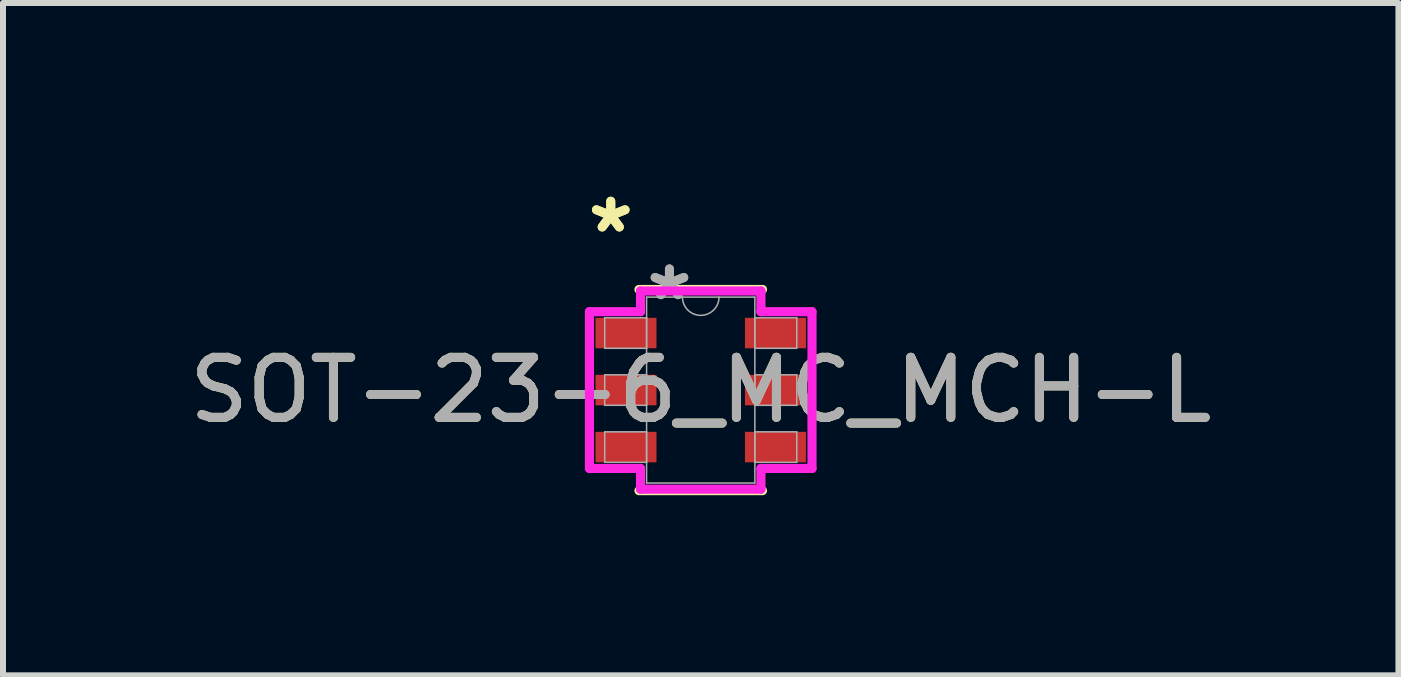
<source format=kicad_pcb>
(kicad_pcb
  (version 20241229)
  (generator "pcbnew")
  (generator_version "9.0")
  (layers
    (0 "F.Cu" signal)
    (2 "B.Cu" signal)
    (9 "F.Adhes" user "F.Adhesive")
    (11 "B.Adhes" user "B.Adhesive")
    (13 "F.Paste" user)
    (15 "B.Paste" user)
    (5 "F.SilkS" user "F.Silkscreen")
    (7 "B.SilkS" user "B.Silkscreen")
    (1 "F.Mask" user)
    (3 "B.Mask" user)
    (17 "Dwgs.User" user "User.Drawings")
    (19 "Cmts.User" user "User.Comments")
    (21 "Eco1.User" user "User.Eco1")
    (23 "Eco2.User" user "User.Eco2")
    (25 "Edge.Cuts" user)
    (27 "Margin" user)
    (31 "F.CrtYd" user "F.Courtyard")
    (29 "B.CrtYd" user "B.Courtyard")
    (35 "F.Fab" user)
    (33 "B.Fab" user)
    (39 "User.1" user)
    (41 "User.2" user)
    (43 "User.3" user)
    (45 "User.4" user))
  (footprint "SOT-23-6_MC_MCH-L"
    (layer "F.Cu")
    (at 8.625 3.449)
    (property "Reference" "SOT-23-6_MC_MCH-L" (at 0 0 0) (unlocked yes) (layer "F.SilkS") (effects (font (size 1 1) (thickness 0.15))))
    (attr smd)
    (fp_line (start -1.029 1.676) (end 1.029 1.676) (stroke (width 0.152) (type solid)) (layer "F.SilkS"))
    (fp_line (start 1.029 -1.676) (end -1.029 -1.676) (stroke (width 0.152) (type solid)) (layer "F.SilkS"))
    (fp_line (start -1.854 -1.306) (end -1.003 -1.306) (stroke (width 0.152) (type solid)) (layer "F.CrtYd"))
    (fp_line (start -1.854 1.306) (end -1.854 -1.306) (stroke (width 0.152) (type solid)) (layer "F.CrtYd"))
    (fp_line (start -1.854 1.306) (end -1.003 1.306) (stroke (width 0.152) (type solid)) (layer "F.CrtYd"))
    (fp_line (start -1.003 -1.651) (end 1.003 -1.651) (stroke (width 0.152) (type solid)) (layer "F.CrtYd"))
    (fp_line (start -1.003 -1.306) (end -1.003 -1.651) (stroke (width 0.152) (type solid)) (layer "F.CrtYd"))
    (fp_line (start -1.003 1.651) (end -1.003 1.306) (stroke (width 0.152) (type solid)) (layer "F.CrtYd"))
    (fp_line (start 1.003 -1.651) (end 1.003 -1.306) (stroke (width 0.152) (type solid)) (layer "F.CrtYd"))
    (fp_line (start 1.003 1.306) (end 1.003 1.651) (stroke (width 0.152) (type solid)) (layer "F.CrtYd"))
    (fp_line (start 1.003 1.651) (end -1.003 1.651) (stroke (width 0.152) (type solid)) (layer "F.CrtYd"))
    (fp_line (start 1.854 -1.306) (end 1.003 -1.306) (stroke (width 0.152) (type solid)) (layer "F.CrtYd"))
    (fp_line (start 1.854 -1.306) (end 1.854 1.306) (stroke (width 0.152) (type solid)) (layer "F.CrtYd"))
    (fp_line (start 1.854 1.306) (end 1.003 1.306) (stroke (width 0.152) (type solid)) (layer "F.CrtYd"))
    (fp_line (start -1.6 -1.204) (end -1.6 -0.696) (stroke (width 0.025) (type solid)) (layer "F.Fab"))
    (fp_line (start -1.6 -0.696) (end -0.902 -0.696) (stroke (width 0.025) (type solid)) (layer "F.Fab"))
    (fp_line (start -1.6 -0.254) (end -1.6 0.254) (stroke (width 0.025) (type solid)) (layer "F.Fab"))
    (fp_line (start -1.6 0.254) (end -0.902 0.254) (stroke (width 0.025) (type solid)) (layer "F.Fab"))
    (fp_line (start -1.6 0.696) (end -1.6 1.204) (stroke (width 0.025) (type solid)) (layer "F.Fab"))
    (fp_line (start -1.6 1.204) (end -0.902 1.204) (stroke (width 0.025) (type solid)) (layer "F.Fab"))
    (fp_line (start -0.902 -1.549) (end -0.902 1.549) (stroke (width 0.025) (type solid)) (layer "F.Fab"))
    (fp_line (start -0.902 -1.204) (end -1.6 -1.204) (stroke (width 0.025) (type solid)) (layer "F.Fab"))
    (fp_line (start -0.902 -0.696) (end -0.902 -1.204) (stroke (width 0.025) (type solid)) (layer "F.Fab"))
    (fp_line (start -0.902 -0.254) (end -1.6 -0.254) (stroke (width 0.025) (type solid)) (layer "F.Fab"))
    (fp_line (start -0.902 0.254) (end -0.902 -0.254) (stroke (width 0.025) (type solid)) (layer "F.Fab"))
    (fp_line (start -0.902 0.696) (end -1.6 0.696) (stroke (width 0.025) (type solid)) (layer "F.Fab"))
    (fp_line (start -0.902 1.204) (end -0.902 0.696) (stroke (width 0.025) (type solid)) (layer "F.Fab"))
    (fp_line (start -0.902 1.549) (end 0.902 1.549) (stroke (width 0.025) (type solid)) (layer "F.Fab"))
    (fp_line (start 0.902 -1.549) (end -0.902 -1.549) (stroke (width 0.025) (type solid)) (layer "F.Fab"))
    (fp_line (start 0.902 -1.204) (end 0.902 -0.696) (stroke (width 0.025) (type solid)) (layer "F.Fab"))
    (fp_line (start 0.902 -0.696) (end 1.6 -0.696) (stroke (width 0.025) (type solid)) (layer "F.Fab"))
    (fp_line (start 0.902 -0.254) (end 0.902 0.254) (stroke (width 0.025) (type solid)) (layer "F.Fab"))
    (fp_line (start 0.902 0.254) (end 1.6 0.254) (stroke (width 0.025) (type solid)) (layer "F.Fab"))
    (fp_line (start 0.902 0.696) (end 0.902 1.204) (stroke (width 0.025) (type solid)) (layer "F.Fab"))
    (fp_line (start 0.902 1.204) (end 1.6 1.204) (stroke (width 0.025) (type solid)) (layer "F.Fab"))
    (fp_line (start 0.902 1.549) (end 0.902 -1.549) (stroke (width 0.025) (type solid)) (layer "F.Fab"))
    (fp_line (start 1.6 -1.204) (end 0.902 -1.204) (stroke (width 0.025) (type solid)) (layer "F.Fab"))
    (fp_line (start 1.6 -0.696) (end 1.6 -1.204) (stroke (width 0.025) (type solid)) (layer "F.Fab"))
    (fp_line (start 1.6 -0.254) (end 0.902 -0.254) (stroke (width 0.025) (type solid)) (layer "F.Fab"))
    (fp_line (start 1.6 0.254) (end 1.6 -0.254) (stroke (width 0.025) (type solid)) (layer "F.Fab"))
    (fp_line (start 1.6 0.696) (end 0.902 0.696) (stroke (width 0.025) (type solid)) (layer "F.Fab"))
    (fp_line (start 1.6 1.204) (end 1.6 0.696) (stroke (width 0.025) (type solid)) (layer "F.Fab"))
    (fp_arc (start 0.3048 -1.5494) (mid 0 -1.2446) (end -0.3048 -1.5494) (stroke (width 0.0254) (type solid)) (layer "F.Fab"))
    (fp_text user "*" (at -1.499 -2.601 0) (unlocked yes) (layer "F.SilkS") (effects (font (size 1 1) (thickness 0.15))))
    (fp_text user "*" (at -1.499 -2.601 0) (layer "F.SilkS") (effects (font (size 1 1) (thickness 0.15))))
    (fp_text user "*" (at -0.521 -1.473 0) (layer "F.Fab") (effects (font (size 1 1) (thickness 0.15))))
    (fp_text user "*" (at -0.521 -1.473 0) (unlocked yes) (layer "F.Fab") (effects (font (size 1 1) (thickness 0.15))))
    (fp_text user "${REFERENCE}" (at 0 0 0) (unlocked yes) (layer "F.Fab") (effects (font (size 1 1) (thickness 0.15))))
    (pad "1" smd rect (at -1.245 -0.95) (size 1.016 0.508) (layers "F.Cu" "F.Mask" "F.Paste"))
    (pad "2" smd rect (at -1.245 0) (size 1.016 0.508) (layers "F.Cu" "F.Mask" "F.Paste"))
    (pad "3" smd rect (at -1.245 0.95) (size 1.016 0.508) (layers "F.Cu" "F.Mask" "F.Paste"))
    (pad "4" smd rect (at 1.245 0.95) (size 1.016 0.508) (layers "F.Cu" "F.Mask" "F.Paste"))
    (pad "5" smd rect (at 1.245 0) (size 1.016 0.508) (layers "F.Cu" "F.Mask" "F.Paste"))
    (pad "6" smd rect (at 1.245 -0.95) (size 1.016 0.508) (layers "F.Cu" "F.Mask" "F.Paste")))
  (gr_rect
    (start -3 -3)
    (end 20.25 8.202)
    (stroke (width 0.1) (type default))
    (fill no)
    (layer "Edge.Cuts")))
</source>
